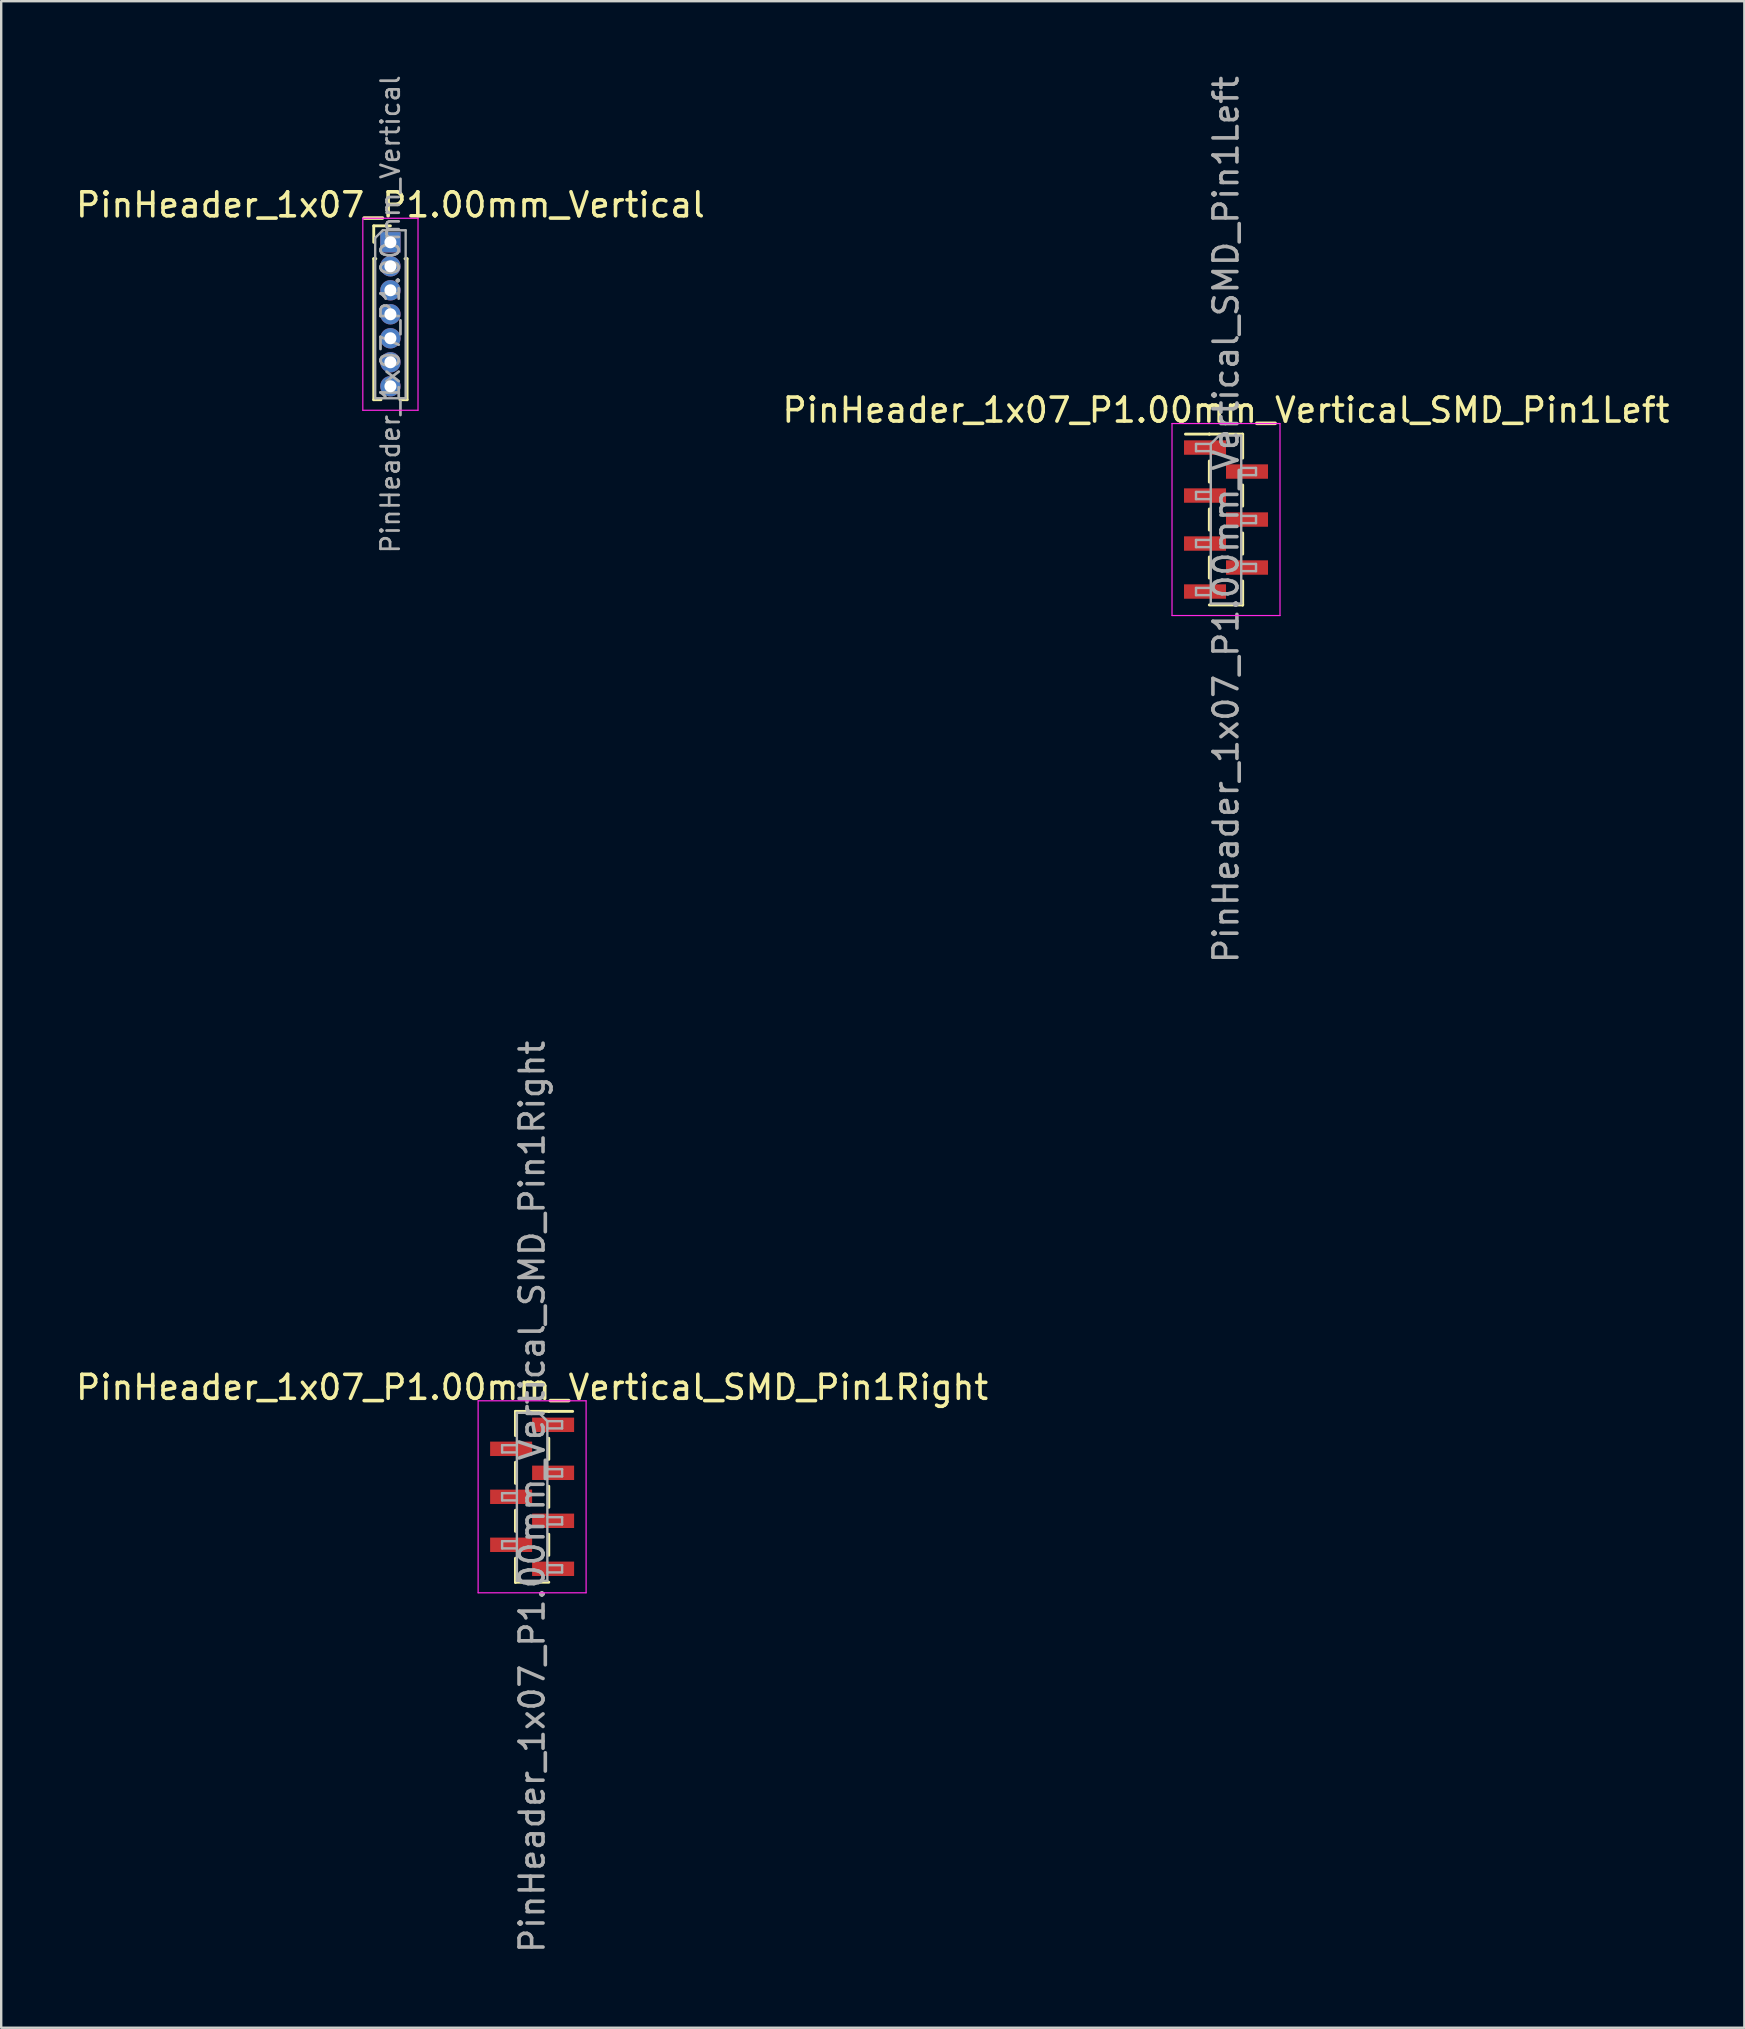
<source format=kicad_pcb>
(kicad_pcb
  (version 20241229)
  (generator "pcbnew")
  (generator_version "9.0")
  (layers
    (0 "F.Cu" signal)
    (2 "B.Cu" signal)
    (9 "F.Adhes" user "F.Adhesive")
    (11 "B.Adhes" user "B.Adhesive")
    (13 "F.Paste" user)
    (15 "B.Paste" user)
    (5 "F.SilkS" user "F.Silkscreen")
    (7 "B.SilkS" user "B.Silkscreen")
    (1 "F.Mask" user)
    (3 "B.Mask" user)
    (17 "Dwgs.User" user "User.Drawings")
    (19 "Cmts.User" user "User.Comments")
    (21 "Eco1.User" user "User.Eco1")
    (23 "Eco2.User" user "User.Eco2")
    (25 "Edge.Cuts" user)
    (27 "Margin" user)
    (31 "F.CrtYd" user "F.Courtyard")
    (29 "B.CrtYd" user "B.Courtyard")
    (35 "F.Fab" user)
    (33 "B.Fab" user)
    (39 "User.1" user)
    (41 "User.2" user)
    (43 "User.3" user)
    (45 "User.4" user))
  (footprint "PinHeader_1x07_P1.00mm_Vertical_SMD_Pin1Left"
    (layer "F.Cu")
    (at 48.042 18.601)
    (property "Reference" "PinHeader_1x07_P1.00mm_Vertical_SMD_Pin1Left" (at 0 -4.56 0) (layer "F.SilkS") (effects (font (size 1 1) (thickness 0.15))))
    (attr smd)
    (fp_line (start -0.695 -3.56) (end -1.69 -3.56) (stroke (width 0.12) (type solid)) (layer "F.SilkS"))
    (fp_line (start -0.695 -3.56) (end -0.695 -3.56) (stroke (width 0.12) (type solid)) (layer "F.SilkS"))
    (fp_line (start -0.695 -3.56) (end 0.695 -3.56) (stroke (width 0.12) (type solid)) (layer "F.SilkS"))
    (fp_line (start -0.695 -2.44) (end -0.695 -1.56) (stroke (width 0.12) (type solid)) (layer "F.SilkS"))
    (fp_line (start -0.695 -0.44) (end -0.695 0.44) (stroke (width 0.12) (type solid)) (layer "F.SilkS"))
    (fp_line (start -0.695 1.56) (end -0.695 2.44) (stroke (width 0.12) (type solid)) (layer "F.SilkS"))
    (fp_line (start -0.695 3.56) (end 0.695 3.56) (stroke (width 0.12) (type solid)) (layer "F.SilkS"))
    (fp_line (start 0.695 -3.56) (end 0.695 -2.56) (stroke (width 0.12) (type solid)) (layer "F.SilkS"))
    (fp_line (start 0.695 -1.44) (end 0.695 -0.56) (stroke (width 0.12) (type solid)) (layer "F.SilkS"))
    (fp_line (start 0.695 0.56) (end 0.695 1.44) (stroke (width 0.12) (type solid)) (layer "F.SilkS"))
    (fp_line (start 0.695 2.56) (end 0.695 3.56) (stroke (width 0.12) (type solid)) (layer "F.SilkS"))
    (fp_line (start 0.695 3.56) (end 0.695 3.56) (stroke (width 0.12) (type solid)) (layer "F.SilkS"))
    (fp_line (start -2.25 -4) (end -2.25 4) (stroke (width 0.05) (type solid)) (layer "F.CrtYd"))
    (fp_line (start -2.25 4) (end 2.25 4) (stroke (width 0.05) (type solid)) (layer "F.CrtYd"))
    (fp_line (start 2.25 -4) (end -2.25 -4) (stroke (width 0.05) (type solid)) (layer "F.CrtYd"))
    (fp_line (start 2.25 4) (end 2.25 -4) (stroke (width 0.05) (type solid)) (layer "F.CrtYd"))
    (fp_line (start -1.25 -3.15) (end -1.25 -2.85) (stroke (width 0.1) (type solid)) (layer "F.Fab"))
    (fp_line (start -1.25 -2.85) (end -0.635 -2.85) (stroke (width 0.1) (type solid)) (layer "F.Fab"))
    (fp_line (start -1.25 -1.15) (end -1.25 -0.85) (stroke (width 0.1) (type solid)) (layer "F.Fab"))
    (fp_line (start -1.25 -0.85) (end -0.635 -0.85) (stroke (width 0.1) (type solid)) (layer "F.Fab"))
    (fp_line (start -1.25 0.85) (end -1.25 1.15) (stroke (width 0.1) (type solid)) (layer "F.Fab"))
    (fp_line (start -1.25 1.15) (end -0.635 1.15) (stroke (width 0.1) (type solid)) (layer "F.Fab"))
    (fp_line (start -1.25 2.85) (end -1.25 3.15) (stroke (width 0.1) (type solid)) (layer "F.Fab"))
    (fp_line (start -1.25 3.15) (end -0.635 3.15) (stroke (width 0.1) (type solid)) (layer "F.Fab"))
    (fp_line (start -0.635 -3.15) (end -1.25 -3.15) (stroke (width 0.1) (type solid)) (layer "F.Fab"))
    (fp_line (start -0.635 -3.15) (end -0.285 -3.5) (stroke (width 0.1) (type solid)) (layer "F.Fab"))
    (fp_line (start -0.635 -1.15) (end -1.25 -1.15) (stroke (width 0.1) (type solid)) (layer "F.Fab"))
    (fp_line (start -0.635 0.85) (end -1.25 0.85) (stroke (width 0.1) (type solid)) (layer "F.Fab"))
    (fp_line (start -0.635 2.85) (end -1.25 2.85) (stroke (width 0.1) (type solid)) (layer "F.Fab"))
    (fp_line (start -0.635 3.5) (end -0.635 -3.15) (stroke (width 0.1) (type solid)) (layer "F.Fab"))
    (fp_line (start -0.285 -3.5) (end 0.635 -3.5) (stroke (width 0.1) (type solid)) (layer "F.Fab"))
    (fp_line (start 0.635 -3.5) (end 0.635 3.5) (stroke (width 0.1) (type solid)) (layer "F.Fab"))
    (fp_line (start 0.635 -2.15) (end 1.25 -2.15) (stroke (width 0.1) (type solid)) (layer "F.Fab"))
    (fp_line (start 0.635 -0.15) (end 1.25 -0.15) (stroke (width 0.1) (type solid)) (layer "F.Fab"))
    (fp_line (start 0.635 1.85) (end 1.25 1.85) (stroke (width 0.1) (type solid)) (layer "F.Fab"))
    (fp_line (start 0.635 3.5) (end -0.635 3.5) (stroke (width 0.1) (type solid)) (layer "F.Fab"))
    (fp_line (start 1.25 -2.15) (end 1.25 -1.85) (stroke (width 0.1) (type solid)) (layer "F.Fab"))
    (fp_line (start 1.25 -1.85) (end 0.635 -1.85) (stroke (width 0.1) (type solid)) (layer "F.Fab"))
    (fp_line (start 1.25 -0.15) (end 1.25 0.15) (stroke (width 0.1) (type solid)) (layer "F.Fab"))
    (fp_line (start 1.25 0.15) (end 0.635 0.15) (stroke (width 0.1) (type solid)) (layer "F.Fab"))
    (fp_line (start 1.25 1.85) (end 1.25 2.15) (stroke (width 0.1) (type solid)) (layer "F.Fab"))
    (fp_line (start 1.25 2.15) (end 0.635 2.15) (stroke (width 0.1) (type solid)) (layer "F.Fab"))
    (fp_text user "${REFERENCE}" (at 0 0 90) (layer "F.Fab") (effects (font (size 1 1) (thickness 0.15))))
    (pad "1" smd rect (at -0.875 -3) (size 1.75 0.6) (layers "F.Cu" "F.Mask" "F.Paste"))
    (pad "2" smd rect (at 0.875 -2) (size 1.75 0.6) (layers "F.Cu" "F.Mask" "F.Paste"))
    (pad "3" smd rect (at -0.875 -1) (size 1.75 0.6) (layers "F.Cu" "F.Mask" "F.Paste"))
    (pad "4" smd rect (at 0.875 0) (size 1.75 0.6) (layers "F.Cu" "F.Mask" "F.Paste"))
    (pad "5" smd rect (at -0.875 1) (size 1.75 0.6) (layers "F.Cu" "F.Mask" "F.Paste"))
    (pad "6" smd rect (at 0.875 2) (size 1.75 0.6) (layers "F.Cu" "F.Mask" "F.Paste"))
    (pad "7" smd rect (at -0.875 3) (size 1.75 0.6) (layers "F.Cu" "F.Mask" "F.Paste")))
  (footprint "PinHeader_1x07_P1.00mm_Vertical_SMD_Pin1Right"
    (layer "F.Cu")
    (at 19.125 59.327)
    (property "Reference" "PinHeader_1x07_P1.00mm_Vertical_SMD_Pin1Right" (at 0 -4.56 0) (layer "F.SilkS") (effects (font (size 1 1) (thickness 0.15))))
    (attr smd)
    (fp_line (start -0.695 -3.56) (end -0.695 -2.56) (stroke (width 0.12) (type solid)) (layer "F.SilkS"))
    (fp_line (start -0.695 -3.56) (end 0.695 -3.56) (stroke (width 0.12) (type solid)) (layer "F.SilkS"))
    (fp_line (start -0.695 -3.44) (end -0.695 -2.56) (stroke (width 0.12) (type solid)) (layer "F.SilkS"))
    (fp_line (start -0.695 -1.44) (end -0.695 -0.56) (stroke (width 0.12) (type solid)) (layer "F.SilkS"))
    (fp_line (start -0.695 0.56) (end -0.695 1.44) (stroke (width 0.12) (type solid)) (layer "F.SilkS"))
    (fp_line (start -0.695 2.56) (end -0.695 3.56) (stroke (width 0.12) (type solid)) (layer "F.SilkS"))
    (fp_line (start -0.695 3.56) (end -0.695 3.56) (stroke (width 0.12) (type solid)) (layer "F.SilkS"))
    (fp_line (start -0.695 3.56) (end 0.695 3.56) (stroke (width 0.12) (type solid)) (layer "F.SilkS"))
    (fp_line (start 0.695 -3.56) (end 0.695 -3.56) (stroke (width 0.12) (type solid)) (layer "F.SilkS"))
    (fp_line (start 0.695 -3.56) (end 1.69 -3.56) (stroke (width 0.12) (type solid)) (layer "F.SilkS"))
    (fp_line (start 0.695 -2.44) (end 0.695 -1.56) (stroke (width 0.12) (type solid)) (layer "F.SilkS"))
    (fp_line (start 0.695 -0.44) (end 0.695 0.44) (stroke (width 0.12) (type solid)) (layer "F.SilkS"))
    (fp_line (start 0.695 1.56) (end 0.695 2.44) (stroke (width 0.12) (type solid)) (layer "F.SilkS"))
    (fp_line (start -2.25 -4) (end -2.25 4) (stroke (width 0.05) (type solid)) (layer "F.CrtYd"))
    (fp_line (start -2.25 4) (end 2.25 4) (stroke (width 0.05) (type solid)) (layer "F.CrtYd"))
    (fp_line (start 2.25 -4) (end -2.25 -4) (stroke (width 0.05) (type solid)) (layer "F.CrtYd"))
    (fp_line (start 2.25 4) (end 2.25 -4) (stroke (width 0.05) (type solid)) (layer "F.CrtYd"))
    (fp_line (start -1.25 -2.15) (end -1.25 -1.85) (stroke (width 0.1) (type solid)) (layer "F.Fab"))
    (fp_line (start -1.25 -1.85) (end -0.635 -1.85) (stroke (width 0.1) (type solid)) (layer "F.Fab"))
    (fp_line (start -1.25 -0.15) (end -1.25 0.15) (stroke (width 0.1) (type solid)) (layer "F.Fab"))
    (fp_line (start -1.25 0.15) (end -0.635 0.15) (stroke (width 0.1) (type solid)) (layer "F.Fab"))
    (fp_line (start -1.25 1.85) (end -1.25 2.15) (stroke (width 0.1) (type solid)) (layer "F.Fab"))
    (fp_line (start -1.25 2.15) (end -0.635 2.15) (stroke (width 0.1) (type solid)) (layer "F.Fab"))
    (fp_line (start -0.635 -3.5) (end -0.635 3.5) (stroke (width 0.1) (type solid)) (layer "F.Fab"))
    (fp_line (start -0.635 -3.5) (end 0.285 -3.5) (stroke (width 0.1) (type solid)) (layer "F.Fab"))
    (fp_line (start -0.635 -2.15) (end -1.25 -2.15) (stroke (width 0.1) (type solid)) (layer "F.Fab"))
    (fp_line (start -0.635 -0.15) (end -1.25 -0.15) (stroke (width 0.1) (type solid)) (layer "F.Fab"))
    (fp_line (start -0.635 1.85) (end -1.25 1.85) (stroke (width 0.1) (type solid)) (layer "F.Fab"))
    (fp_line (start 0.635 -3.15) (end 0.285 -3.5) (stroke (width 0.1) (type solid)) (layer "F.Fab"))
    (fp_line (start 0.635 -3.15) (end 1.25 -3.15) (stroke (width 0.1) (type solid)) (layer "F.Fab"))
    (fp_line (start 0.635 -1.15) (end 1.25 -1.15) (stroke (width 0.1) (type solid)) (layer "F.Fab"))
    (fp_line (start 0.635 0.85) (end 1.25 0.85) (stroke (width 0.1) (type solid)) (layer "F.Fab"))
    (fp_line (start 0.635 2.85) (end 1.25 2.85) (stroke (width 0.1) (type solid)) (layer "F.Fab"))
    (fp_line (start 0.635 3.5) (end -0.635 3.5) (stroke (width 0.1) (type solid)) (layer "F.Fab"))
    (fp_line (start 0.635 3.5) (end 0.635 -3.15) (stroke (width 0.1) (type solid)) (layer "F.Fab"))
    (fp_line (start 1.25 -3.15) (end 1.25 -2.85) (stroke (width 0.1) (type solid)) (layer "F.Fab"))
    (fp_line (start 1.25 -2.85) (end 0.635 -2.85) (stroke (width 0.1) (type solid)) (layer "F.Fab"))
    (fp_line (start 1.25 -1.15) (end 1.25 -0.85) (stroke (width 0.1) (type solid)) (layer "F.Fab"))
    (fp_line (start 1.25 -0.85) (end 0.635 -0.85) (stroke (width 0.1) (type solid)) (layer "F.Fab"))
    (fp_line (start 1.25 0.85) (end 1.25 1.15) (stroke (width 0.1) (type solid)) (layer "F.Fab"))
    (fp_line (start 1.25 1.15) (end 0.635 1.15) (stroke (width 0.1) (type solid)) (layer "F.Fab"))
    (fp_line (start 1.25 2.85) (end 1.25 3.15) (stroke (width 0.1) (type solid)) (layer "F.Fab"))
    (fp_line (start 1.25 3.15) (end 0.635 3.15) (stroke (width 0.1) (type solid)) (layer "F.Fab"))
    (fp_text user "${REFERENCE}" (at 0 0 90) (layer "F.Fab") (effects (font (size 1 1) (thickness 0.15))))
    (pad "1" smd rect (at 0.875 -3) (size 1.75 0.6) (layers "F.Cu" "F.Mask" "F.Paste"))
    (pad "2" smd rect (at -0.875 -2) (size 1.75 0.6) (layers "F.Cu" "F.Mask" "F.Paste"))
    (pad "3" smd rect (at 0.875 -1) (size 1.75 0.6) (layers "F.Cu" "F.Mask" "F.Paste"))
    (pad "4" smd rect (at -0.875 0) (size 1.75 0.6) (layers "F.Cu" "F.Mask" "F.Paste"))
    (pad "5" smd rect (at 0.875 1) (size 1.75 0.6) (layers "F.Cu" "F.Mask" "F.Paste"))
    (pad "6" smd rect (at -0.875 2) (size 1.75 0.6) (layers "F.Cu" "F.Mask" "F.Paste"))
    (pad "7" smd rect (at 0.875 3) (size 1.75 0.6) (layers "F.Cu" "F.Mask" "F.Paste")))
  (footprint "PinHeader_1x07_P1.00mm_Vertical"
    (layer "F.Cu")
    (at 13.22 7.047)
    (property "Reference" "PinHeader_1x07_P1.00mm_Vertical" (at 0 -1.56 0) (layer "F.SilkS") (effects (font (size 1 1) (thickness 0.15))))
    (attr through_hole)
    (fp_line (start -0.695 -0.685) (end 0 -0.685) (stroke (width 0.12) (type solid)) (layer "F.SilkS"))
    (fp_line (start -0.695 0) (end -0.695 -0.685) (stroke (width 0.12) (type solid)) (layer "F.SilkS"))
    (fp_line (start -0.695 0.685) (end -0.695 6.56) (stroke (width 0.12) (type solid)) (layer "F.SilkS"))
    (fp_line (start -0.695 0.685) (end -0.608 0.685) (stroke (width 0.12) (type solid)) (layer "F.SilkS"))
    (fp_line (start -0.695 6.56) (end -0.394 6.56) (stroke (width 0.12) (type solid)) (layer "F.SilkS"))
    (fp_line (start 0.394 6.56) (end 0.695 6.56) (stroke (width 0.12) (type solid)) (layer "F.SilkS"))
    (fp_line (start 0.608 0.685) (end 0.695 0.685) (stroke (width 0.12) (type solid)) (layer "F.SilkS"))
    (fp_line (start 0.695 0.685) (end 0.695 6.56) (stroke (width 0.12) (type solid)) (layer "F.SilkS"))
    (fp_line (start -1.15 -1) (end -1.15 7) (stroke (width 0.05) (type solid)) (layer "F.CrtYd"))
    (fp_line (start -1.15 7) (end 1.15 7) (stroke (width 0.05) (type solid)) (layer "F.CrtYd"))
    (fp_line (start 1.15 -1) (end -1.15 -1) (stroke (width 0.05) (type solid)) (layer "F.CrtYd"))
    (fp_line (start 1.15 7) (end 1.15 -1) (stroke (width 0.05) (type solid)) (layer "F.CrtYd"))
    (fp_line (start -0.635 -0.182) (end -0.318 -0.5) (stroke (width 0.1) (type solid)) (layer "F.Fab"))
    (fp_line (start -0.635 6.5) (end -0.635 -0.182) (stroke (width 0.1) (type solid)) (layer "F.Fab"))
    (fp_line (start -0.318 -0.5) (end 0.635 -0.5) (stroke (width 0.1) (type solid)) (layer "F.Fab"))
    (fp_line (start 0.635 -0.5) (end 0.635 6.5) (stroke (width 0.1) (type solid)) (layer "F.Fab"))
    (fp_line (start 0.635 6.5) (end -0.635 6.5) (stroke (width 0.1) (type solid)) (layer "F.Fab"))
    (fp_text user "${REFERENCE}" (at 0 3 90) (layer "F.Fab") (effects (font (size 0.76 0.76) (thickness 0.114))))
    (pad "1" thru_hole rect (at 0 0) (size 0.85 0.85) (drill 0.5) (layers "*.Cu" "*.Mask"))
    (pad "2" thru_hole oval (at 0 1) (size 0.85 0.85) (drill 0.5) (layers "*.Cu" "*.Mask"))
    (pad "3" thru_hole oval (at 0 2) (size 0.85 0.85) (drill 0.5) (layers "*.Cu" "*.Mask"))
    (pad "4" thru_hole oval (at 0 3) (size 0.85 0.85) (drill 0.5) (layers "*.Cu" "*.Mask"))
    (pad "5" thru_hole oval (at 0 4) (size 0.85 0.85) (drill 0.5) (layers "*.Cu" "*.Mask"))
    (pad "6" thru_hole oval (at 0 5) (size 0.85 0.85) (drill 0.5) (layers "*.Cu" "*.Mask"))
    (pad "7" thru_hole oval (at 0 6) (size 0.85 0.85) (drill 0.5) (layers "*.Cu" "*.Mask")))
  (gr_rect
    (start -3 -3)
    (end 69.643 81.452)
    (stroke (width 0.1) (type default))
    (fill no)
    (layer "Edge.Cuts")))
</source>
